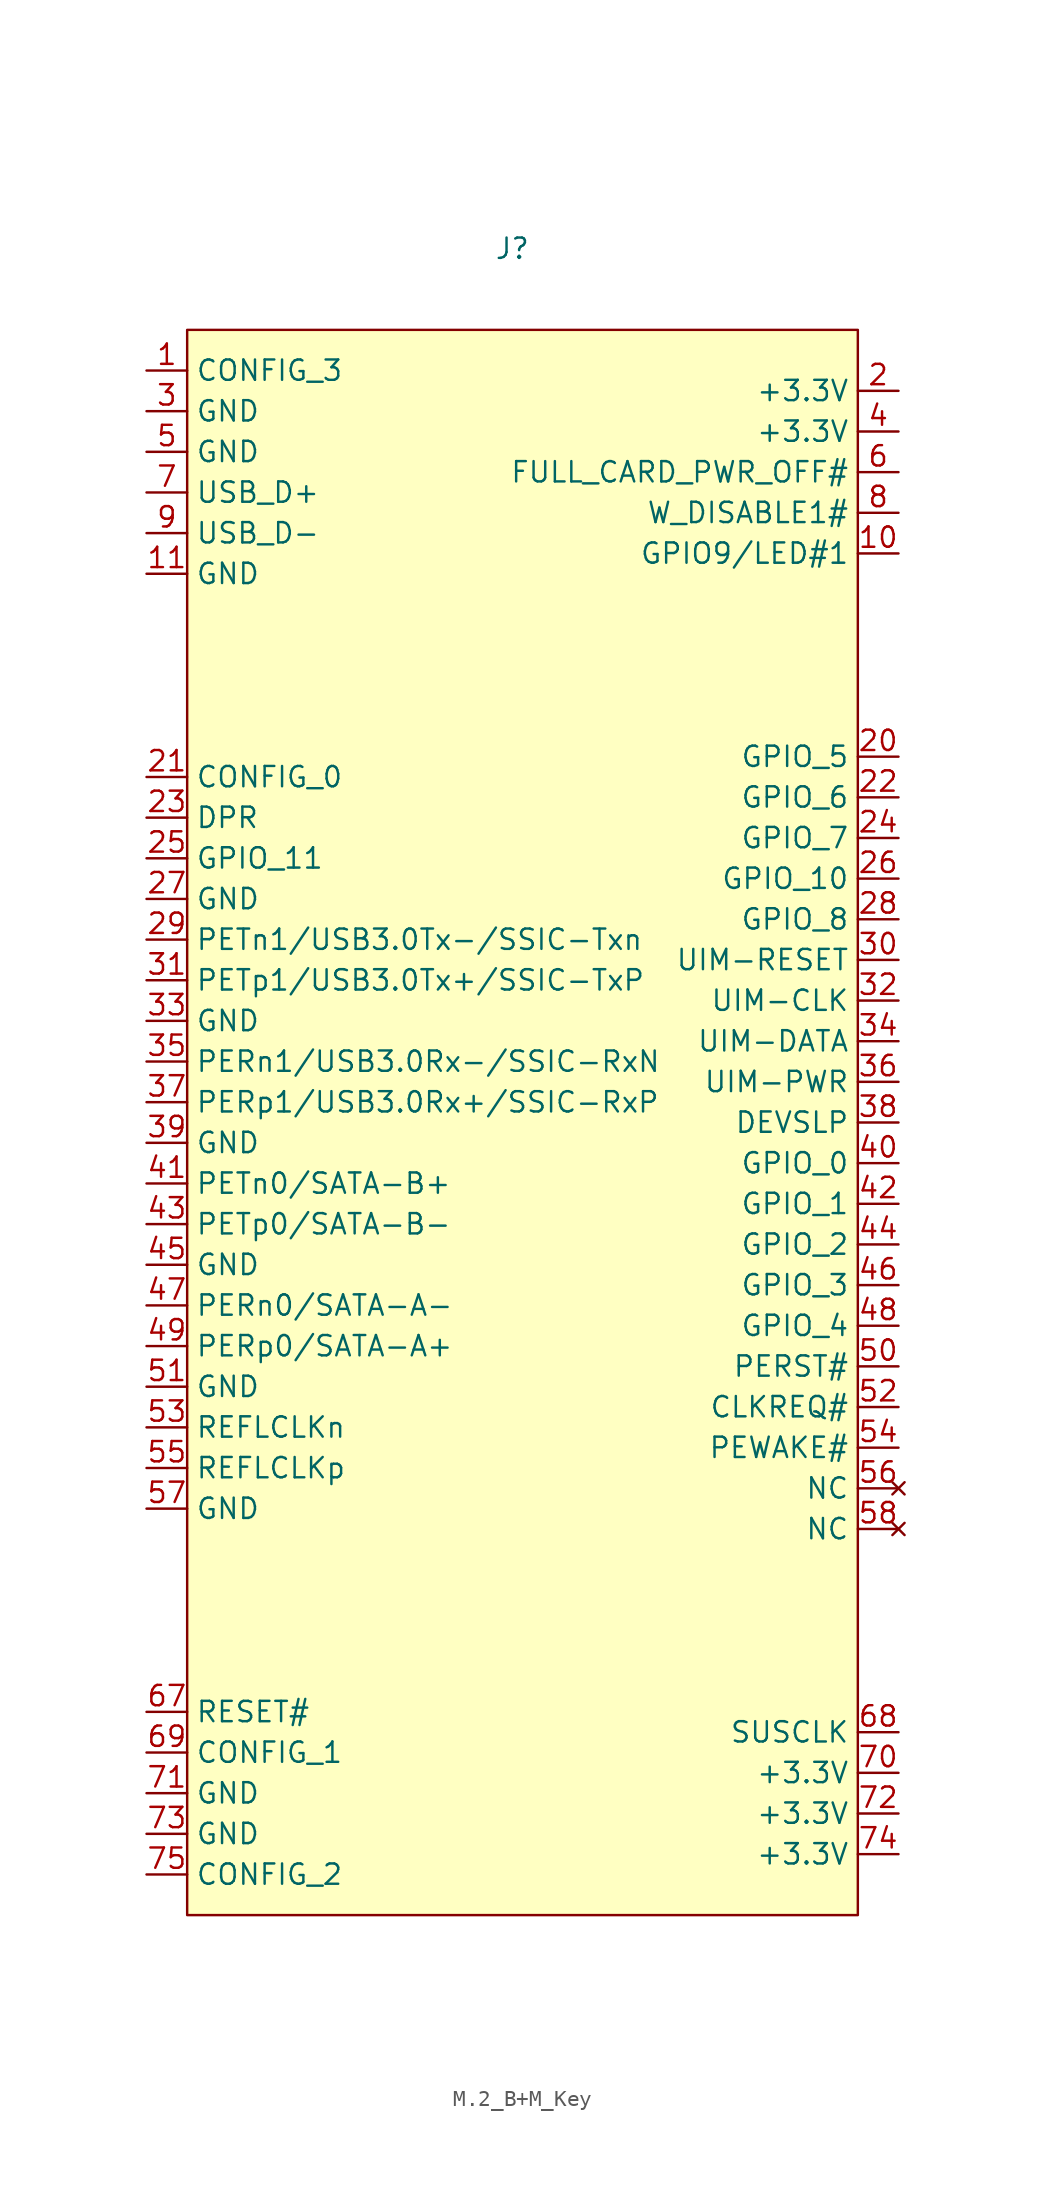
<source format=kicad_sym>
(kicad_symbol_lib
  (version 20241209)
  (generator "kicad_symbol_editor")
  (generator_version "9.0")
  (symbol "M.2_B+M_Key"
    (property "Reference" "J"
      (at 0 0 0)
      (effects (font (size 1.27 1.27))))
    (property "Value" ""
      (at 0 0 0)
      (effects (font (size 1.27 1.27))))
    (symbol "M.2_B+M_Key_0_1"
      (rectangle (start -20.32 -5.08) (end 21.59 -104.14) (stroke (width 0) (type default)) (fill (type background))))
    (symbol "M.2_B+M_Key_1_1"
      (pin bidirectional line (at -22.86 -7.62 0) (length 2.54) (name "CONFIG_3" (effects (font (size 1.27 1.27)))) (number "1" (effects (font (size 1.27 1.27)))))
      (pin power_in line (at -22.86 -10.16 0) (length 2.54) (name "GND" (effects (font (size 1.27 1.27)))) (number "3" (effects (font (size 1.27 1.27)))))
      (pin power_in line (at -22.86 -12.7 0) (length 2.54) (name "GND" (effects (font (size 1.27 1.27)))) (number "5" (effects (font (size 1.27 1.27)))))
      (pin bidirectional line (at -22.86 -15.24 0) (length 2.54) (name "USB_D+" (effects (font (size 1.27 1.27)))) (number "7" (effects (font (size 1.27 1.27)))))
      (pin bidirectional line (at -22.86 -17.78 0) (length 2.54) (name "USB_D-" (effects (font (size 1.27 1.27)))) (number "9" (effects (font (size 1.27 1.27)))))
      (pin power_in line (at -22.86 -20.32 0) (length 2.54) (name "GND" (effects (font (size 1.27 1.27)))) (number "11" (effects (font (size 1.27 1.27)))))
      (pin bidirectional line (at -22.86 -33.02 0) (length 2.54) (name "CONFIG_0" (effects (font (size 1.27 1.27)))) (number "21" (effects (font (size 1.27 1.27)))))
      (pin input line (at -22.86 -35.56 0) (length 2.54) (name "DPR" (effects (font (size 1.27 1.27)))) (number "23" (effects (font (size 1.27 1.27)))))
      (pin bidirectional line (at -22.86 -38.1 0) (length 2.54) (name "GPIO_11" (effects (font (size 1.27 1.27)))) (number "25" (effects (font (size 1.27 1.27)))))
      (pin power_in line (at -22.86 -40.64 0) (length 2.54) (name "GND" (effects (font (size 1.27 1.27)))) (number "27" (effects (font (size 1.27 1.27)))))
      (pin unspecified line (at -22.86 -43.18 0) (length 2.54) (name "PETn1/USB3.0Tx-/SSIC-Txn" (effects (font (size 1.27 1.27)))) (number "29" (effects (font (size 1.27 1.27)))))
      (pin unspecified line (at -22.86 -45.72 0) (length 2.54) (name "PETp1/USB3.0Tx+/SSIC-TxP" (effects (font (size 1.27 1.27)))) (number "31" (effects (font (size 1.27 1.27)))))
      (pin power_in line (at -22.86 -48.26 0) (length 2.54) (name "GND" (effects (font (size 1.27 1.27)))) (number "33" (effects (font (size 1.27 1.27)))))
      (pin input line (at -22.86 -50.8 0) (length 2.54) (name "PERn1/USB3.0Rx-/SSIC-RxN" (effects (font (size 1.27 1.27)))) (number "35" (effects (font (size 1.27 1.27)))))
      (pin input line (at -22.86 -53.34 0) (length 2.54) (name "PERp1/USB3.0Rx+/SSIC-RxP" (effects (font (size 1.27 1.27)))) (number "37" (effects (font (size 1.27 1.27)))))
      (pin power_in line (at -22.86 -55.88 0) (length 2.54) (name "GND" (effects (font (size 1.27 1.27)))) (number "39" (effects (font (size 1.27 1.27)))))
      (pin output line (at -22.86 -58.42 0) (length 2.54) (name "PETn0/SATA-B+" (effects (font (size 1.27 1.27)))) (number "41" (effects (font (size 1.27 1.27)))))
      (pin output line (at -22.86 -60.96 0) (length 2.54) (name "PETp0/SATA-B-" (effects (font (size 1.27 1.27)))) (number "43" (effects (font (size 1.27 1.27)))))
      (pin power_in line (at -22.86 -63.5 0) (length 2.54) (name "GND" (effects (font (size 1.27 1.27)))) (number "45" (effects (font (size 1.27 1.27)))))
      (pin input line (at -22.86 -66.04 0) (length 2.54) (name "PERn0/SATA-A-" (effects (font (size 1.27 1.27)))) (number "47" (effects (font (size 1.27 1.27)))))
      (pin input line (at -22.86 -68.58 0) (length 2.54) (name "PERp0/SATA-A+" (effects (font (size 1.27 1.27)))) (number "49" (effects (font (size 1.27 1.27)))))
      (pin power_in line (at -22.86 -71.12 0) (length 2.54) (name "GND" (effects (font (size 1.27 1.27)))) (number "51" (effects (font (size 1.27 1.27)))))
      (pin input line (at -22.86 -73.66 0) (length 2.54) (name "REFLCLKn" (effects (font (size 1.27 1.27)))) (number "53" (effects (font (size 1.27 1.27)))))
      (pin input line (at -22.86 -76.2 0) (length 2.54) (name "REFLCLKp" (effects (font (size 1.27 1.27)))) (number "55" (effects (font (size 1.27 1.27)))))
      (pin power_in line (at -22.86 -78.74 0) (length 2.54) (name "GND" (effects (font (size 1.27 1.27)))) (number "57" (effects (font (size 1.27 1.27)))))
      (pin input line (at -22.86 -91.44 0) (length 2.54) (name "RESET#" (effects (font (size 1.27 1.27)))) (number "67" (effects (font (size 1.27 1.27)))))
      (pin bidirectional line (at -22.86 -93.98 0) (length 2.54) (name "CONFIG_1" (effects (font (size 1.27 1.27)))) (number "69" (effects (font (size 1.27 1.27)))))
      (pin power_in line (at -22.86 -96.52 0) (length 2.54) (name "GND" (effects (font (size 1.27 1.27)))) (number "71" (effects (font (size 1.27 1.27)))))
      (pin power_in line (at -22.86 -99.06 0) (length 2.54) (name "GND" (effects (font (size 1.27 1.27)))) (number "73" (effects (font (size 1.27 1.27)))))
      (pin bidirectional line (at -22.86 -101.6 0) (length 2.54) (name "CONFIG_2" (effects (font (size 1.27 1.27)))) (number "75" (effects (font (size 1.27 1.27)))))
      (pin power_in line (at 24.13 -8.89 180) (length 2.54) (name "+3.3V" (effects (font (size 1.27 1.27)))) (number "2" (effects (font (size 1.27 1.27)))))
      (pin power_in line (at 24.13 -11.43 180) (length 2.54) (name "+3.3V" (effects (font (size 1.27 1.27)))) (number "4" (effects (font (size 1.27 1.27)))))
      (pin input line (at 24.13 -13.97 180) (length 2.54) (name "FULL_CARD_PWR_OFF#" (effects (font (size 1.27 1.27)))) (number "6" (effects (font (size 1.27 1.27)))))
      (pin input line (at 24.13 -16.51 180) (length 2.54) (name "W_DISABLE1#" (effects (font (size 1.27 1.27)))) (number "8" (effects (font (size 1.27 1.27)))))
      (pin bidirectional line (at 24.13 -19.05 180) (length 2.54) (name "GPIO9/LED#1" (effects (font (size 1.27 1.27)))) (number "10" (effects (font (size 1.27 1.27)))))
      (pin bidirectional line (at 24.13 -31.75 180) (length 2.54) (name "GPIO_5" (effects (font (size 1.27 1.27)))) (number "20" (effects (font (size 1.27 1.27)))))
      (pin bidirectional line (at 24.13 -34.29 180) (length 2.54) (name "GPIO_6" (effects (font (size 1.27 1.27)))) (number "22" (effects (font (size 1.27 1.27)))))
      (pin bidirectional line (at 24.13 -36.83 180) (length 2.54) (name "GPIO_7" (effects (font (size 1.27 1.27)))) (number "24" (effects (font (size 1.27 1.27)))))
      (pin bidirectional line (at 24.13 -39.37 180) (length 2.54) (name "GPIO_10" (effects (font (size 1.27 1.27)))) (number "26" (effects (font (size 1.27 1.27)))))
      (pin bidirectional line (at 24.13 -41.91 180) (length 2.54) (name "GPIO_8" (effects (font (size 1.27 1.27)))) (number "28" (effects (font (size 1.27 1.27)))))
      (pin output line (at 24.13 -44.45 180) (length 2.54) (name "UIM-RESET" (effects (font (size 1.27 1.27)))) (number "30" (effects (font (size 1.27 1.27)))))
      (pin output line (at 24.13 -46.99 180) (length 2.54) (name "UIM-CLK" (effects (font (size 1.27 1.27)))) (number "32" (effects (font (size 1.27 1.27)))))
      (pin bidirectional line (at 24.13 -49.53 180) (length 2.54) (name "UIM-DATA" (effects (font (size 1.27 1.27)))) (number "34" (effects (font (size 1.27 1.27)))))
      (pin output line (at 24.13 -52.07 180) (length 2.54) (name "UIM-PWR" (effects (font (size 1.27 1.27)))) (number "36" (effects (font (size 1.27 1.27)))))
      (pin input line (at 24.13 -54.61 180) (length 2.54) (name "DEVSLP" (effects (font (size 1.27 1.27)))) (number "38" (effects (font (size 1.27 1.27)))))
      (pin bidirectional line (at 24.13 -57.15 180) (length 2.54) (name "GPIO_0" (effects (font (size 1.27 1.27)))) (number "40" (effects (font (size 1.27 1.27)))))
      (pin bidirectional line (at 24.13 -59.69 180) (length 2.54) (name "GPIO_1" (effects (font (size 1.27 1.27)))) (number "42" (effects (font (size 1.27 1.27)))))
      (pin bidirectional line (at 24.13 -62.23 180) (length 2.54) (name "GPIO_2" (effects (font (size 1.27 1.27)))) (number "44" (effects (font (size 1.27 1.27)))))
      (pin bidirectional line (at 24.13 -64.77 180) (length 2.54) (name "GPIO_3" (effects (font (size 1.27 1.27)))) (number "46" (effects (font (size 1.27 1.27)))))
      (pin bidirectional line (at 24.13 -67.31 180) (length 2.54) (name "GPIO_4" (effects (font (size 1.27 1.27)))) (number "48" (effects (font (size 1.27 1.27)))))
      (pin input line (at 24.13 -69.85 180) (length 2.54) (name "PERST#" (effects (font (size 1.27 1.27)))) (number "50" (effects (font (size 1.27 1.27)))))
      (pin bidirectional line (at 24.13 -72.39 180) (length 2.54) (name "CLKREQ#" (effects (font (size 1.27 1.27)))) (number "52" (effects (font (size 1.27 1.27)))))
      (pin bidirectional line (at 24.13 -74.93 180) (length 2.54) (name "PEWAKE#" (effects (font (size 1.27 1.27)))) (number "54" (effects (font (size 1.27 1.27)))))
      (pin no_connect line (at 24.13 -77.47 180) (length 2.54) (name "NC" (effects (font (size 1.27 1.27)))) (number "56" (effects (font (size 1.27 1.27)))))
      (pin no_connect line (at 24.13 -80.01 180) (length 2.54) (name "NC" (effects (font (size 1.27 1.27)))) (number "58" (effects (font (size 1.27 1.27)))))
      (pin input line (at 24.13 -92.71 180) (length 2.54) (name "SUSCLK" (effects (font (size 1.27 1.27)))) (number "68" (effects (font (size 1.27 1.27)))))
      (pin power_in line (at 24.13 -95.25 180) (length 2.54) (name "+3.3V" (effects (font (size 1.27 1.27)))) (number "70" (effects (font (size 1.27 1.27)))))
      (pin power_in line (at 24.13 -97.79 180) (length 2.54) (name "+3.3V" (effects (font (size 1.27 1.27)))) (number "72" (effects (font (size 1.27 1.27)))))
      (pin power_in line (at 24.13 -100.33 180) (length 2.54) (name "+3.3V" (effects (font (size 1.27 1.27)))) (number "74" (effects (font (size 1.27 1.27))))))))
</source>
